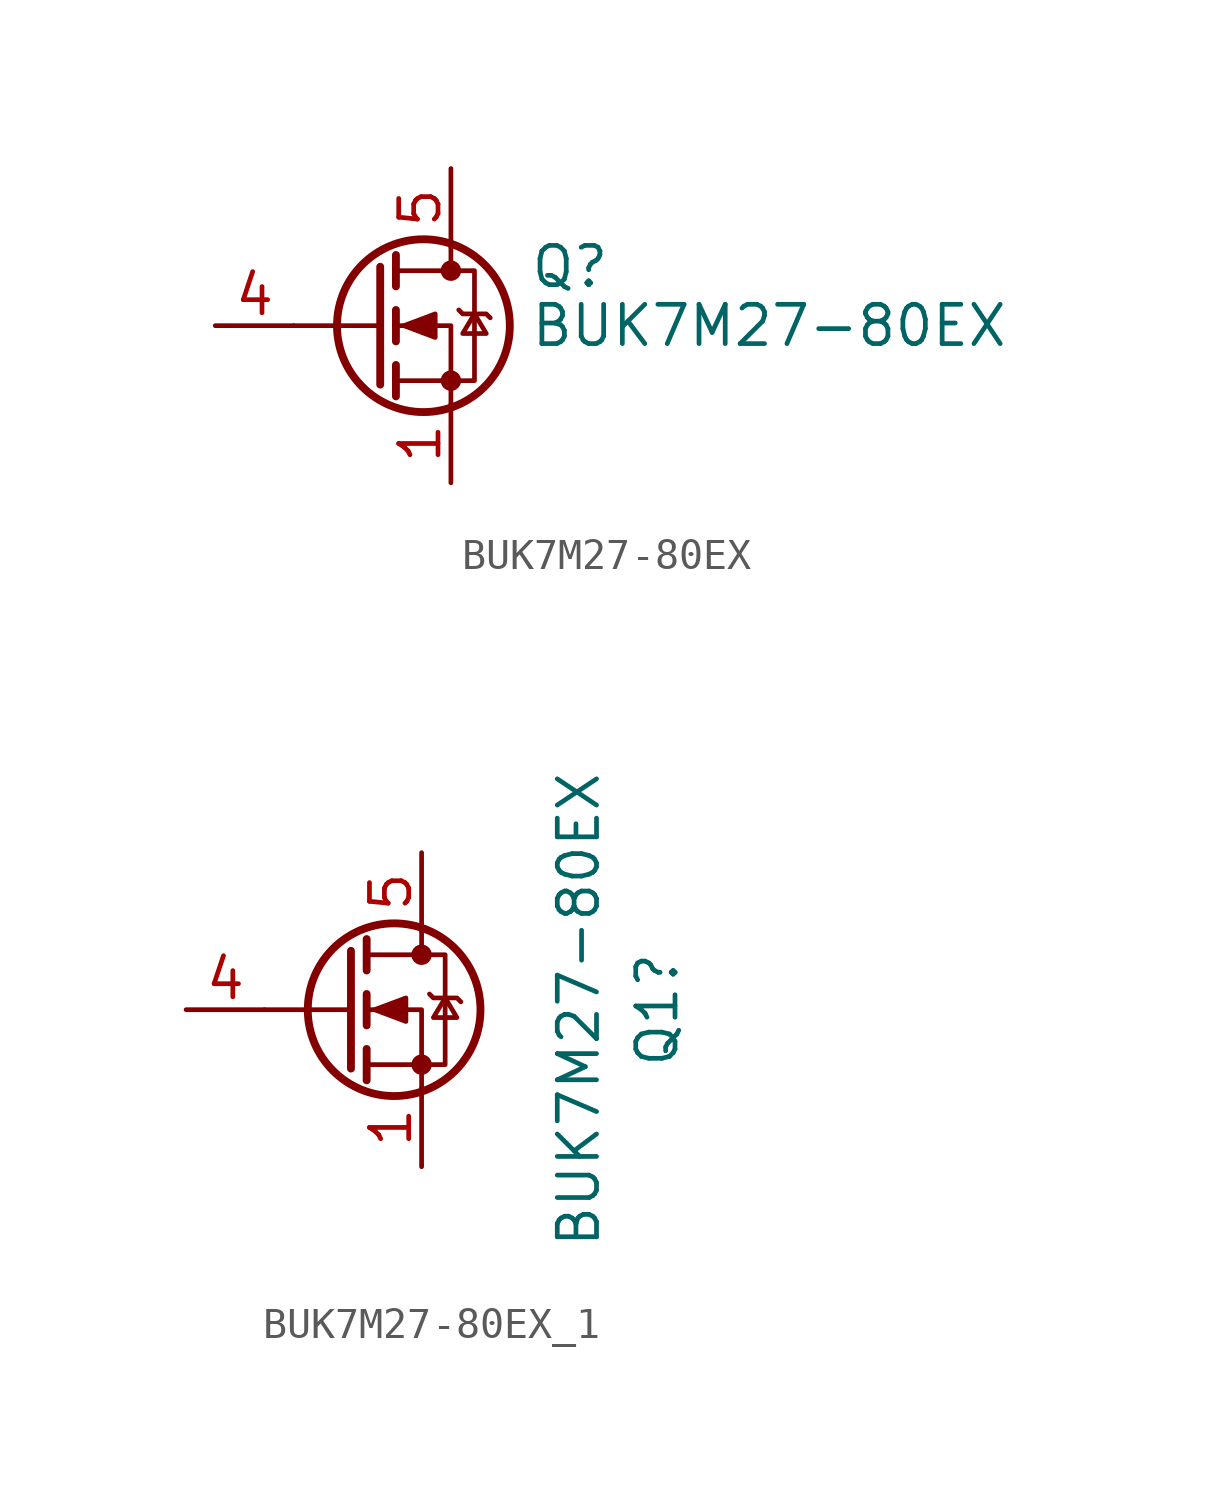
<source format=kicad_sym>
(kicad_symbol_lib
  (version 20220914)
  (generator kicad_symbol_editor)
  (symbol "BUK7M27-80EX"
    (pin_names hide)
    (property "Reference" "Q"
      (at 5.08 1.905 0)
      (effects (font (size 1.27 1.27)) (justify left)))
    (property "Value" "BUK7M27-80EX"
      (at 5.08 0 0)
      (effects (font (size 1.27 1.27)) (justify left)))
    (symbol "BUK7M27-80EX_0_1"
      (polyline (pts (xy 0.254 0) (xy -2.54 0)) (stroke (width 0) (type default)) (fill (type none)))
      (polyline (pts (xy 0.254 1.905) (xy 0.254 -1.905)) (stroke (width 0.254) (type default)) (fill (type none)))
      (polyline (pts (xy 0.762 -1.27) (xy 0.762 -2.286)) (stroke (width 0.254) (type default)) (fill (type none)))
      (polyline (pts (xy 0.762 0.508) (xy 0.762 -0.508)) (stroke (width 0.254) (type default)) (fill (type none)))
      (polyline (pts (xy 0.762 2.286) (xy 0.762 1.27)) (stroke (width 0.254) (type default)) (fill (type none)))
      (polyline (pts (xy 2.54 2.54) (xy 2.54 1.778)) (stroke (width 0) (type default)) (fill (type none)))
      (polyline (pts (xy 2.54 -2.54) (xy 2.54 0) (xy 0.762 0)) (stroke (width 0) (type default)) (fill (type none)))
      (polyline (pts (xy 0.762 -1.778) (xy 3.302 -1.778) (xy 3.302 1.778) (xy 0.762 1.778)) (stroke (width 0) (type default)) (fill (type none)))
      (polyline (pts (xy 1.016 0) (xy 2.032 0.381) (xy 2.032 -0.381) (xy 1.016 0)) (stroke (width 0) (type default)) (fill (type outline)))
      (polyline (pts (xy 2.794 0.508) (xy 2.921 0.381) (xy 3.683 0.381) (xy 3.81 0.254)) (stroke (width 0) (type default)) (fill (type none)))
      (polyline (pts (xy 3.302 0.381) (xy 2.921 -0.254) (xy 3.683 -0.254) (xy 3.302 0.381)) (stroke (width 0) (type default)) (fill (type none)))
      (circle (center 1.651 0) (radius 2.794) (stroke (width 0.254) (type default)) (fill (type none)))
      (circle (center 2.54 -1.778) (radius 0.254) (stroke (width 0) (type default)) (fill (type outline)))
      (circle (center 2.54 1.778) (radius 0.254) (stroke (width 0) (type default)) (fill (type outline))))
    (symbol "BUK7M27-80EX_1_1"
      (pin passive line (at 2.54 -5.08 90) (length 2.54) (name "S" (effects (font (size 1.27 1.27)))) (number "1" (effects (font (size 1.27 1.27)))))
      (pin passive line (at 2.54 -5.08 90) (length 2.54) hide (name "S" (effects (font (size 1.27 1.27)))) (number "2" (effects (font (size 1.27 1.27)))))
      (pin passive line (at 2.54 -5.08 90) (length 2.54) hide (name "S" (effects (font (size 1.27 1.27)))) (number "3" (effects (font (size 1.27 1.27)))))
      (pin passive line (at -5.08 0 0) (length 2.54) (name "G" (effects (font (size 1.27 1.27)))) (number "4" (effects (font (size 1.27 1.27)))))
      (pin passive line (at 2.54 5.08 270) (length 2.54) (name "D" (effects (font (size 1.27 1.27)))) (number "5" (effects (font (size 1.27 1.27)))))))
  (symbol "BUK7M27-80EX_1"
    (pin_names hide)
    (property "Reference" "Q1"
      (at 10.16 0 90)
      (effects (font (size 1.27 1.27))))
    (property "Value" "BUK7M27-80EX"
      (at 7.62 0 90)
      (effects (font (size 1.27 1.27))))
    (symbol "BUK7M27-80EX_1_0_1"
      (polyline (pts (xy 0.254 0) (xy -2.54 0)) (stroke (width 0) (type default)) (fill (type none)))
      (polyline (pts (xy 0.254 1.905) (xy 0.254 -1.905)) (stroke (width 0.254) (type default)) (fill (type none)))
      (polyline (pts (xy 0.762 -1.27) (xy 0.762 -2.286)) (stroke (width 0.254) (type default)) (fill (type none)))
      (polyline (pts (xy 0.762 0.508) (xy 0.762 -0.508)) (stroke (width 0.254) (type default)) (fill (type none)))
      (polyline (pts (xy 0.762 2.286) (xy 0.762 1.27)) (stroke (width 0.254) (type default)) (fill (type none)))
      (polyline (pts (xy 2.54 2.54) (xy 2.54 1.778)) (stroke (width 0) (type default)) (fill (type none)))
      (polyline (pts (xy 2.54 -2.54) (xy 2.54 0) (xy 0.762 0)) (stroke (width 0) (type default)) (fill (type none)))
      (polyline (pts (xy 0.762 -1.778) (xy 3.302 -1.778) (xy 3.302 1.778) (xy 0.762 1.778)) (stroke (width 0) (type default)) (fill (type none)))
      (polyline (pts (xy 1.016 0) (xy 2.032 0.381) (xy 2.032 -0.381) (xy 1.016 0)) (stroke (width 0) (type default)) (fill (type outline)))
      (polyline (pts (xy 2.794 0.508) (xy 2.921 0.381) (xy 3.683 0.381) (xy 3.81 0.254)) (stroke (width 0) (type default)) (fill (type none)))
      (polyline (pts (xy 3.302 0.381) (xy 2.921 -0.254) (xy 3.683 -0.254) (xy 3.302 0.381)) (stroke (width 0) (type default)) (fill (type none)))
      (circle (center 1.651 0) (radius 2.794) (stroke (width 0.254) (type default)) (fill (type none)))
      (circle (center 2.54 -1.778) (radius 0.254) (stroke (width 0) (type default)) (fill (type outline)))
      (circle (center 2.54 1.778) (radius 0.254) (stroke (width 0) (type default)) (fill (type outline))))
    (symbol "BUK7M27-80EX_1_1_1"
      (pin passive line (at 2.54 -5.08 90) (length 2.54) (name "S" (effects (font (size 1.27 1.27)))) (number "1" (effects (font (size 1.27 1.27)))))
      (pin passive line (at 2.54 -5.08 90) (length 2.54) hide (name "S" (effects (font (size 1.27 1.27)))) (number "2" (effects (font (size 1.27 1.27)))))
      (pin passive line (at 2.54 -5.08 90) (length 2.54) hide (name "S" (effects (font (size 1.27 1.27)))) (number "3" (effects (font (size 1.27 1.27)))))
      (pin passive line (at -5.08 0 0) (length 2.54) (name "G" (effects (font (size 1.27 1.27)))) (number "4" (effects (font (size 1.27 1.27)))))
      (pin passive line (at 2.54 5.08 270) (length 2.54) (name "D" (effects (font (size 1.27 1.27)))) (number "5" (effects (font (size 1.27 1.27)))))
      (pin passive line (at 2.54 5.08 270) (length 2.54) hide (name "6" (effects (font (size 1.27 1.27)))) (number "6" (effects (font (size 1.27 1.27)))))
      (pin passive line (at 2.54 5.08 270) (length 2.54) hide (name "7" (effects (font (size 1.27 1.27)))) (number "7" (effects (font (size 1.27 1.27)))))
      (pin passive line (at 2.54 5.08 270) (length 2.54) hide (name "8" (effects (font (size 1.27 1.27)))) (number "8" (effects (font (size 1.27 1.27))))))))
</source>
